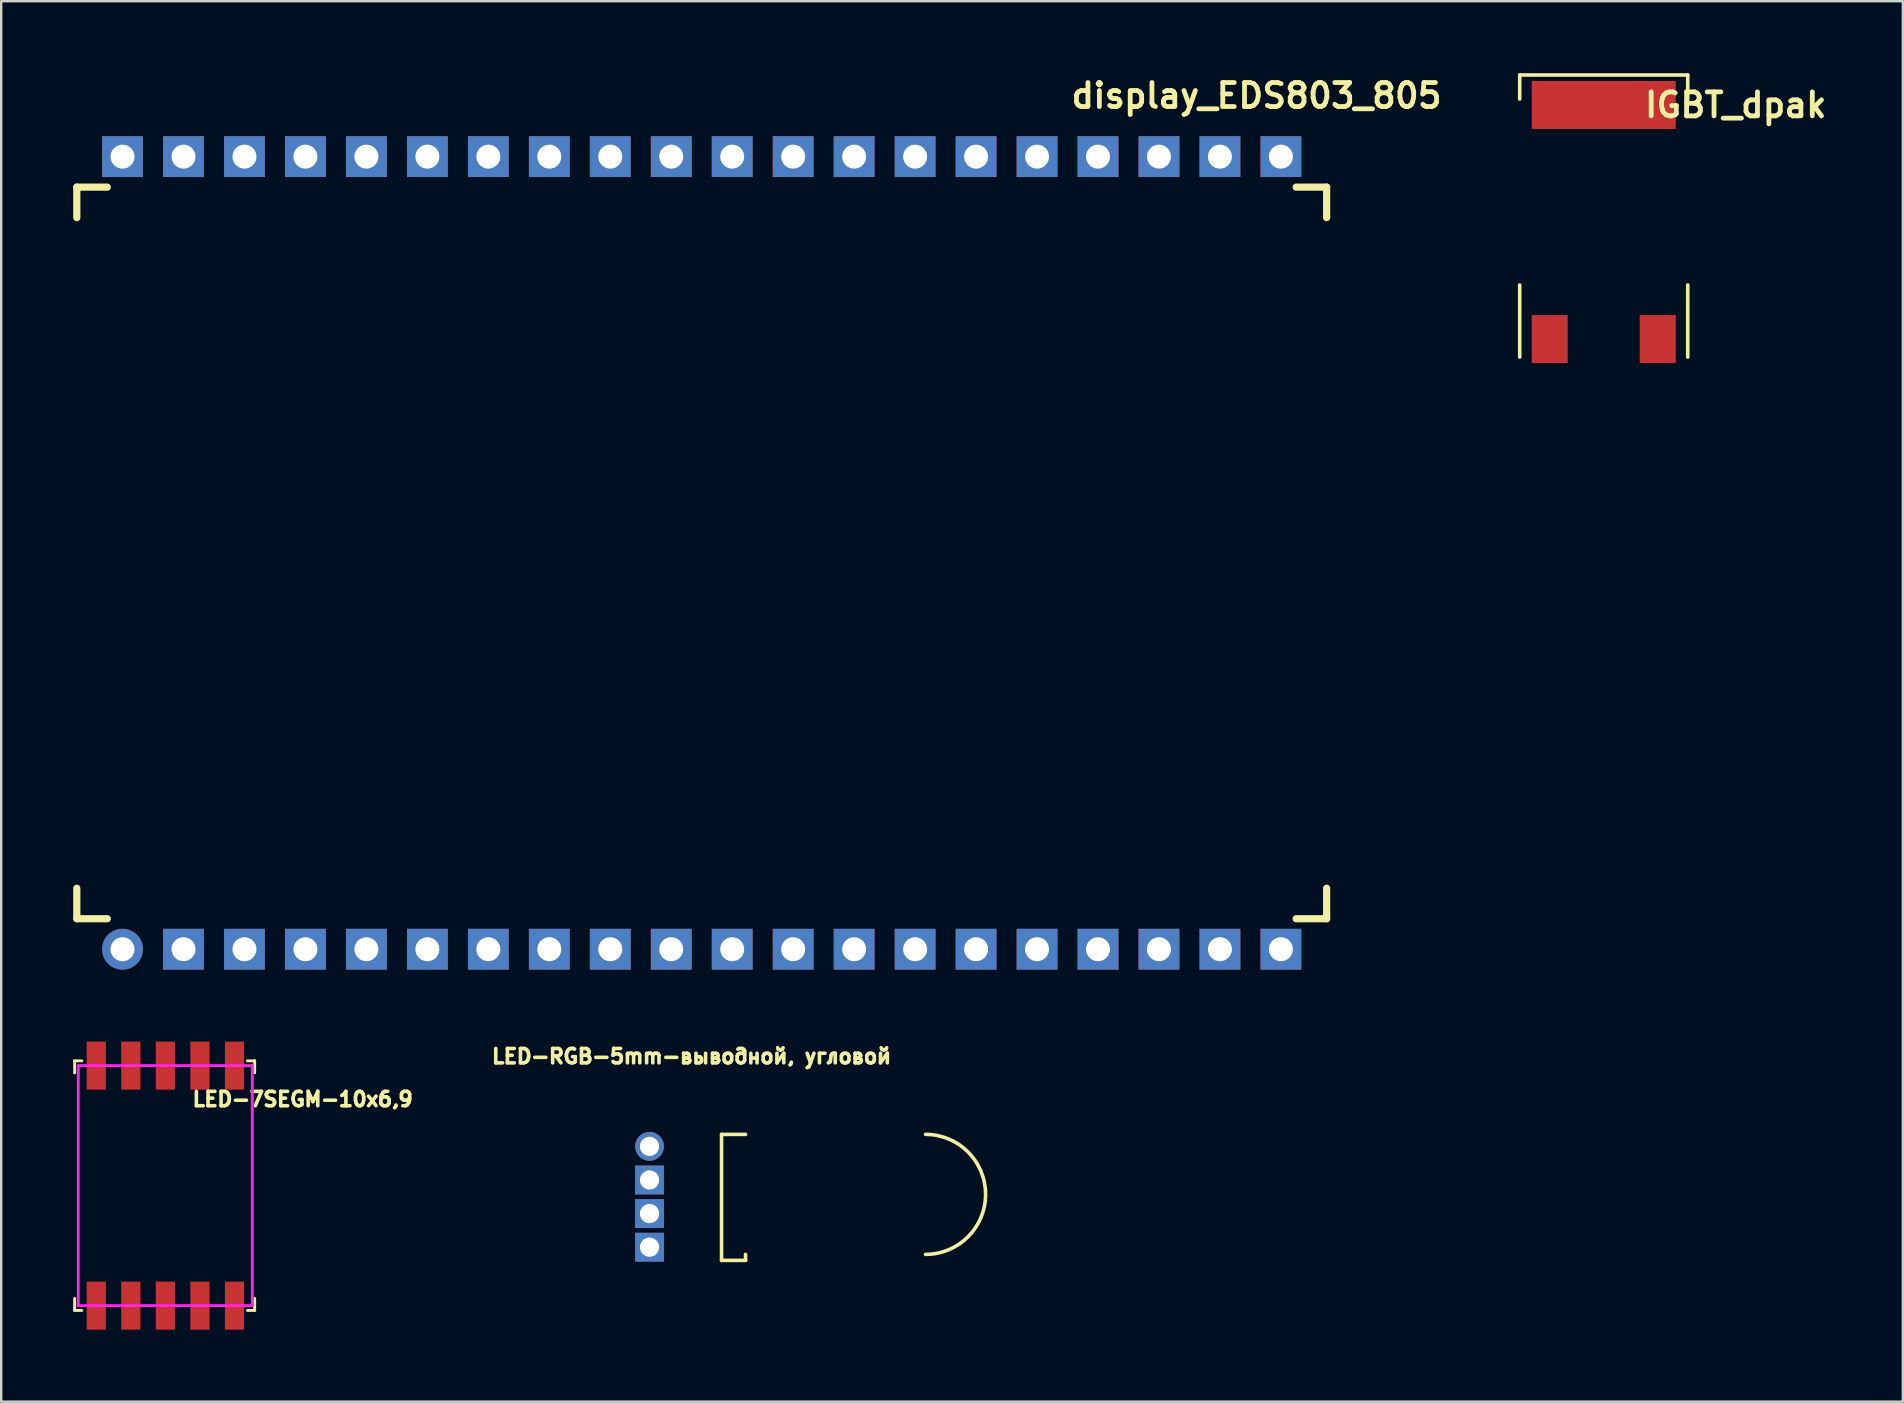
<source format=kicad_pcb>
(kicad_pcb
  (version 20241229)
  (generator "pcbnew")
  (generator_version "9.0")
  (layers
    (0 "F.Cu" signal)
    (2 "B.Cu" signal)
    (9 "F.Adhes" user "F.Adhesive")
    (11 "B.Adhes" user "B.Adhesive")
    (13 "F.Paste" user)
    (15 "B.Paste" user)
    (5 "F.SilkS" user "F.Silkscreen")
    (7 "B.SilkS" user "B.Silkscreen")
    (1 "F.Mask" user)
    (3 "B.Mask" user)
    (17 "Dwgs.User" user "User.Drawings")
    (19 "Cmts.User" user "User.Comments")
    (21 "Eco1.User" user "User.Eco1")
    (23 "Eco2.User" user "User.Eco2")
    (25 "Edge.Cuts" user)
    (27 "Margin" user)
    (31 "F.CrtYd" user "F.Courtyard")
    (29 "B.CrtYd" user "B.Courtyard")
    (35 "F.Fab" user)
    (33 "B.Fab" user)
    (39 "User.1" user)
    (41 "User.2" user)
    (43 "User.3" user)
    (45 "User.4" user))
  (footprint "IGBT_dpak"
    (layer "F.Cu")
    (at 63.764 7.325)
    (property "Reference" "IGBT_dpak" (at 5.5 -6 0) (layer "F.SilkS") (effects (font (size 1 1) (thickness 0.2))))
    (attr through_hole)
    (fp_line (start -3.5 -7.25) (end -3.5 -6.25) (stroke (width 0.15) (type solid)) (layer "F.SilkS"))
    (fp_line (start -3.5 -7.25) (end 3.5 -7.25) (stroke (width 0.15) (type solid)) (layer "F.SilkS"))
    (fp_line (start -3.5 1.5) (end -3.5 4.5) (stroke (width 0.15) (type solid)) (layer "F.SilkS"))
    (fp_line (start 3.5 -6.25) (end 3.5 -7.25) (stroke (width 0.15) (type solid)) (layer "F.SilkS"))
    (fp_line (start 3.5 1.5) (end 3.5 4.5) (stroke (width 0.15) (type solid)) (layer "F.SilkS"))
    (pad "1" smd rect (at -2.25 3.75) (size 1.5 2) (layers "F.Cu" "F.Mask" "F.Paste"))
    (pad "3" smd rect (at 2.25 3.75) (size 1.5 2) (layers "F.Cu" "F.Mask" "F.Paste"))
    (pad "4" smd rect (at 0 -6) (size 6 2) (layers "F.Cu" "F.Mask" "F.Paste")))
  (footprint "LED-RGB-5mm-выводной, угловой"
    (layer "F.Cu")
    (at 24.011 44.71)
    (property "Reference" "LED-RGB-5mm-выводной, угловой" (at 1.75 -3.75 0) (layer "F.SilkS") (effects (font (size 0.6 0.6) (thickness 0.15))))
    (attr through_hole)
    (fp_line (start 3 -0.5) (end 3 4.75) (stroke (width 0.15) (type solid)) (layer "F.SilkS"))
    (fp_line (start 3 4.75) (end 4 4.75) (stroke (width 0.15) (type solid)) (layer "F.SilkS"))
    (fp_line (start 4 -0.5) (end 3 -0.5) (stroke (width 0.15) (type solid)) (layer "F.SilkS"))
    (fp_line (start 4 4.75) (end 4 4.5) (stroke (width 0.15) (type solid)) (layer "F.SilkS"))
    (fp_arc (start 11.5 -0.5) (mid 14 2) (end 11.5 4.5) (stroke (width 0.15) (type solid)) (layer "F.SilkS"))
    (pad "1" thru_hole circle (at 0 0) (size 1.2 1.2) (drill 0.8) (layers "*.Cu" "*.Mask"))
    (pad "2" thru_hole rect (at 0 1.4) (size 1.2 1.2) (drill 0.8) (layers "*.Cu" "*.Mask"))
    (pad "3" thru_hole rect (at 0 2.8) (size 1.2 1.2) (drill 0.8) (layers "*.Cu" "*.Mask"))
    (pad "4" thru_hole rect (at 0 4.2) (size 1.2 1.2) (drill 0.8) (layers "*.Cu" "*.Mask")))
  (footprint "display_EDS803_805"
    (layer "F.Cu")
    (at 2.055 36.496)
    (property "Reference" "display_EDS803_805" (at 47.244 -35.56 0) (layer "F.SilkS") (effects (font (size 1 1) (thickness 0.2))))
    (attr through_hole)
    (fp_line (start -1.905 -31.75) (end -1.905 -30.48) (stroke (width 0.3) (type solid)) (layer "F.SilkS"))
    (fp_line (start -1.905 -1.27) (end -1.905 -2.54) (stroke (width 0.3) (type solid)) (layer "F.SilkS"))
    (fp_line (start -0.635 -31.75) (end -1.905 -31.75) (stroke (width 0.3) (type solid)) (layer "F.SilkS"))
    (fp_line (start -0.635 -1.27) (end -1.905 -1.27) (stroke (width 0.3) (type solid)) (layer "F.SilkS"))
    (fp_line (start 48.895 -31.75) (end 50.165 -31.75) (stroke (width 0.3) (type solid)) (layer "F.SilkS"))
    (fp_line (start 48.895 -1.27) (end 50.165 -1.27) (stroke (width 0.3) (type solid)) (layer "F.SilkS"))
    (fp_line (start 50.165 -31.75) (end 50.165 -30.48) (stroke (width 0.3) (type solid)) (layer "F.SilkS"))
    (fp_line (start 50.165 -1.27) (end 50.165 -2.54) (stroke (width 0.3) (type solid)) (layer "F.SilkS"))
    (pad "1" thru_hole circle (at 0 0) (size 1.7 1.7) (drill 1) (layers "*.Cu" "*.Mask"))
    (pad "2" thru_hole rect (at 2.54 0) (size 1.7 1.7) (drill 1) (layers "*.Cu" "*.Mask"))
    (pad "3" thru_hole rect (at 5.08 0) (size 1.7 1.7) (drill 1) (layers "*.Cu" "*.Mask"))
    (pad "4" thru_hole rect (at 7.62 0) (size 1.7 1.7) (drill 1) (layers "*.Cu" "*.Mask"))
    (pad "5" thru_hole rect (at 10.16 0) (size 1.7 1.7) (drill 1) (layers "*.Cu" "*.Mask"))
    (pad "6" thru_hole rect (at 12.7 0) (size 1.7 1.7) (drill 1) (layers "*.Cu" "*.Mask"))
    (pad "7" thru_hole rect (at 15.24 0) (size 1.7 1.7) (drill 1) (layers "*.Cu" "*.Mask"))
    (pad "8" thru_hole rect (at 17.78 0) (size 1.7 1.7) (drill 1) (layers "*.Cu" "*.Mask"))
    (pad "9" thru_hole rect (at 20.32 0) (size 1.7 1.7) (drill 1) (layers "*.Cu" "*.Mask"))
    (pad "10" thru_hole rect (at 22.86 0) (size 1.7 1.7) (drill 1) (layers "*.Cu" "*.Mask"))
    (pad "11" thru_hole rect (at 25.4 0) (size 1.7 1.7) (drill 1) (layers "*.Cu" "*.Mask"))
    (pad "12" thru_hole rect (at 27.94 0) (size 1.7 1.7) (drill 1) (layers "*.Cu" "*.Mask"))
    (pad "13" thru_hole rect (at 30.48 0) (size 1.7 1.7) (drill 1) (layers "*.Cu" "*.Mask"))
    (pad "14" thru_hole rect (at 33.02 0) (size 1.7 1.7) (drill 1) (layers "*.Cu" "*.Mask"))
    (pad "15" thru_hole rect (at 35.56 0) (size 1.7 1.7) (drill 1) (layers "*.Cu" "*.Mask"))
    (pad "16" thru_hole rect (at 38.1 0) (size 1.7 1.7) (drill 1) (layers "*.Cu" "*.Mask"))
    (pad "17" thru_hole rect (at 40.64 0) (size 1.7 1.7) (drill 1) (layers "*.Cu" "*.Mask"))
    (pad "18" thru_hole rect (at 43.18 0) (size 1.7 1.7) (drill 1) (layers "*.Cu" "*.Mask"))
    (pad "19" thru_hole rect (at 45.72 0) (size 1.7 1.7) (drill 1) (layers "*.Cu" "*.Mask"))
    (pad "20" thru_hole rect (at 48.26 0) (size 1.7 1.7) (drill 1) (layers "*.Cu" "*.Mask"))
    (pad "21" thru_hole rect (at 48.26 -33.02) (size 1.7 1.7) (drill 1) (layers "*.Cu" "*.Mask"))
    (pad "22" thru_hole rect (at 45.72 -33.02) (size 1.7 1.7) (drill 1) (layers "*.Cu" "*.Mask"))
    (pad "23" thru_hole rect (at 43.18 -33.02) (size 1.7 1.7) (drill 1) (layers "*.Cu" "*.Mask"))
    (pad "24" thru_hole rect (at 40.64 -33.02) (size 1.7 1.7) (drill 1) (layers "*.Cu" "*.Mask"))
    (pad "25" thru_hole rect (at 38.1 -33.02) (size 1.7 1.7) (drill 1) (layers "*.Cu" "*.Mask"))
    (pad "26" thru_hole rect (at 35.56 -33.02) (size 1.7 1.7) (drill 1) (layers "*.Cu" "*.Mask"))
    (pad "27" thru_hole rect (at 33.02 -33.02) (size 1.7 1.7) (drill 1) (layers "*.Cu" "*.Mask"))
    (pad "28" thru_hole rect (at 30.48 -33.02) (size 1.7 1.7) (drill 1) (layers "*.Cu" "*.Mask"))
    (pad "29" thru_hole rect (at 27.94 -33.02) (size 1.7 1.7) (drill 1) (layers "*.Cu" "*.Mask"))
    (pad "30" thru_hole rect (at 25.4 -33.02) (size 1.7 1.7) (drill 1) (layers "*.Cu" "*.Mask"))
    (pad "31" thru_hole rect (at 22.86 -33.02) (size 1.7 1.7) (drill 1) (layers "*.Cu" "*.Mask"))
    (pad "32" thru_hole rect (at 20.32 -33.02) (size 1.7 1.7) (drill 1) (layers "*.Cu" "*.Mask"))
    (pad "33" thru_hole rect (at 17.78 -33.02) (size 1.7 1.7) (drill 1) (layers "*.Cu" "*.Mask"))
    (pad "34" thru_hole rect (at 15.24 -33.02) (size 1.7 1.7) (drill 1) (layers "*.Cu" "*.Mask"))
    (pad "35" thru_hole rect (at 12.7 -33.02) (size 1.7 1.7) (drill 1) (layers "*.Cu" "*.Mask"))
    (pad "36" thru_hole rect (at 10.16 -33.02) (size 1.7 1.7) (drill 1) (layers "*.Cu" "*.Mask"))
    (pad "37" thru_hole rect (at 7.62 -33.02) (size 1.7 1.7) (drill 1) (layers "*.Cu" "*.Mask"))
    (pad "38" thru_hole rect (at 5.08 -33.02) (size 1.7 1.7) (drill 1) (layers "*.Cu" "*.Mask"))
    (pad "39" thru_hole rect (at 2.54 -33.02) (size 1.7 1.7) (drill 1) (layers "*.Cu" "*.Mask"))
    (pad "40" thru_hole rect (at 0 -33.02) (size 1.7 1.7) (drill 1) (layers "*.Cu" "*.Mask")))
  (footprint "LED-7SEGM-10x6,9"
    (layer "F.Cu")
    (at 3.96 46.346)
    (property "Reference" "LED-7SEGM-10x6,9" (at 5.6 -3.6 0) (layer "F.SilkS") (effects (font (size 0.6 0.6) (thickness 0.15))))
    (attr through_hole)
    (fp_line (start -3.9 -5.2) (end -3.9 -4.7) (stroke (width 0.12) (type solid)) (layer "F.SilkS"))
    (fp_line (start -3.9 -5.2) (end -3.6 -5.2) (stroke (width 0.12) (type solid)) (layer "F.SilkS"))
    (fp_line (start -3.9 5.2) (end -3.9 4.7) (stroke (width 0.12) (type solid)) (layer "F.SilkS"))
    (fp_line (start -3.6 5.2) (end -3.9 5.2) (stroke (width 0.12) (type solid)) (layer "F.SilkS"))
    (fp_line (start 3.3 -5.2) (end 3.6 -5.2) (stroke (width 0.12) (type solid)) (layer "F.SilkS"))
    (fp_line (start 3.6 -5.2) (end 3.6 -4.7) (stroke (width 0.12) (type solid)) (layer "F.SilkS"))
    (fp_line (start 3.6 5.2) (end 3.3 5.2) (stroke (width 0.12) (type solid)) (layer "F.SilkS"))
    (fp_line (start 3.6 5.2) (end 3.6 4.7) (stroke (width 0.12) (type solid)) (layer "F.SilkS"))
    (fp_line (start -3.75 -5) (end 3.5 -5) (stroke (width 0.12) (type solid)) (layer "F.CrtYd"))
    (fp_line (start -3.75 5) (end -3.75 -5) (stroke (width 0.12) (type solid)) (layer "F.CrtYd"))
    (fp_line (start 3.5 -5) (end 3.5 5) (stroke (width 0.12) (type solid)) (layer "F.CrtYd"))
    (fp_line (start 3.5 5) (end -3.75 5) (stroke (width 0.12) (type solid)) (layer "F.CrtYd"))
    (pad "1" smd rect (at -3 5) (size 0.8 2) (layers "*.Paste" "F.Cu" "F.Mask"))
    (pad "2" smd rect (at -1.56 5) (size 0.8 2) (layers "*.Paste" "F.Cu" "F.Mask"))
    (pad "3" smd rect (at -0.12 5) (size 0.8 2) (layers "*.Paste" "F.Cu" "F.Mask"))
    (pad "4" smd rect (at 1.32 5) (size 0.8 2) (layers "*.Paste" "F.Cu" "F.Mask"))
    (pad "5" smd rect (at 2.76 5) (size 0.8 2) (layers "*.Paste" "F.Cu" "F.Mask"))
    (pad "6" smd rect (at 2.76 -5) (size 0.8 2) (layers "*.Paste" "F.Cu" "F.Mask"))
    (pad "7" smd rect (at 1.32 -5) (size 0.8 2) (layers "*.Paste" "F.Cu" "F.Mask"))
    (pad "8" smd rect (at -0.12 -5) (size 0.8 2) (layers "*.Paste" "F.Cu" "F.Mask"))
    (pad "9" smd rect (at -1.56 -5) (size 0.8 2) (layers "*.Paste" "F.Cu" "F.Mask"))
    (pad "10" smd rect (at -3 -5) (size 0.8 2) (layers "*.Paste" "F.Cu" "F.Mask")))
  (gr_rect
    (start -3 -3)
    (end 76.226 55.346)
    (stroke (width 0.1) (type default))
    (fill no)
    (layer "Edge.Cuts")))
</source>
